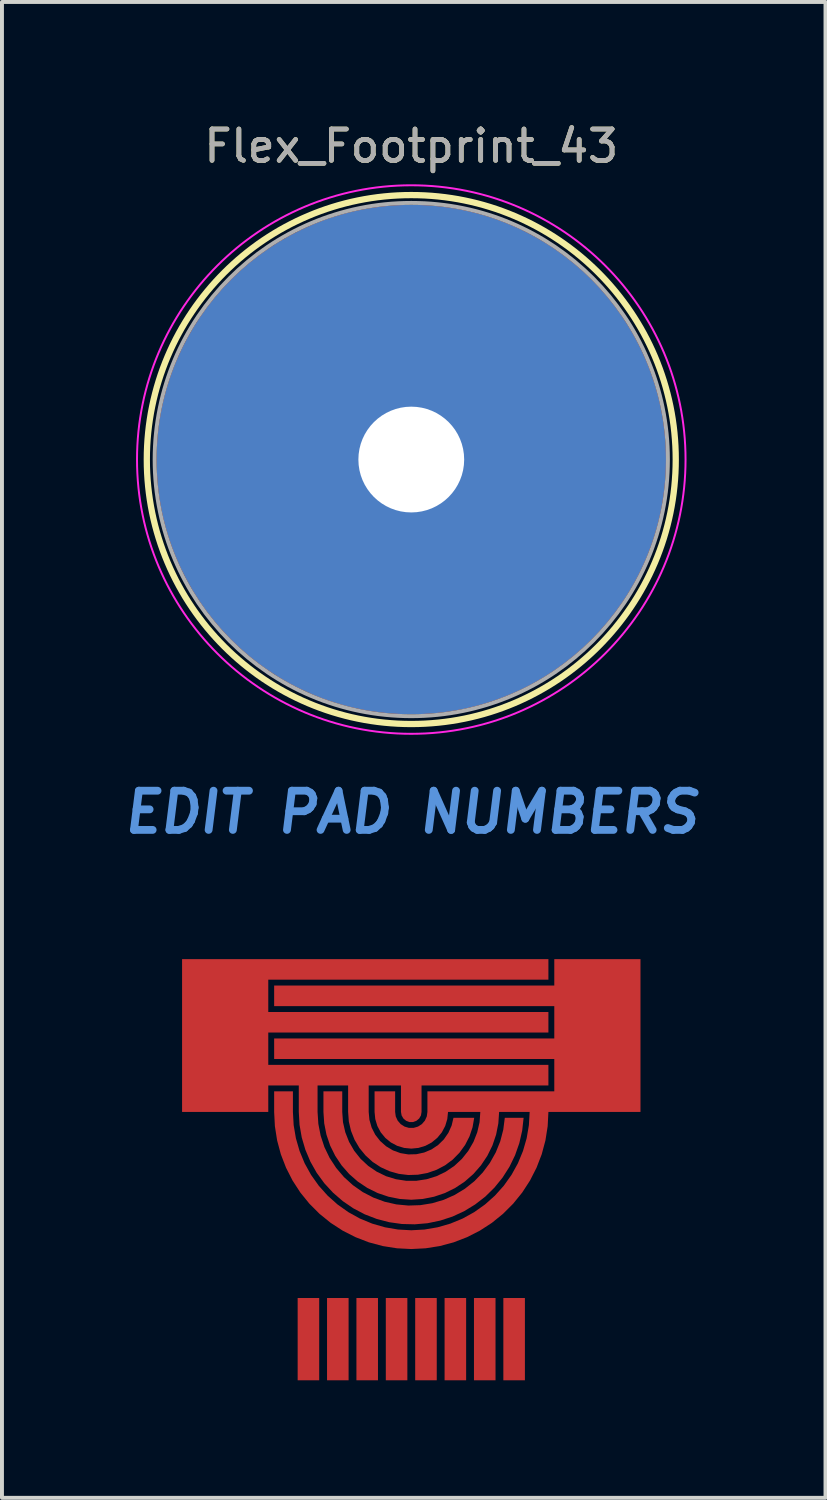
<source format=kicad_pcb>
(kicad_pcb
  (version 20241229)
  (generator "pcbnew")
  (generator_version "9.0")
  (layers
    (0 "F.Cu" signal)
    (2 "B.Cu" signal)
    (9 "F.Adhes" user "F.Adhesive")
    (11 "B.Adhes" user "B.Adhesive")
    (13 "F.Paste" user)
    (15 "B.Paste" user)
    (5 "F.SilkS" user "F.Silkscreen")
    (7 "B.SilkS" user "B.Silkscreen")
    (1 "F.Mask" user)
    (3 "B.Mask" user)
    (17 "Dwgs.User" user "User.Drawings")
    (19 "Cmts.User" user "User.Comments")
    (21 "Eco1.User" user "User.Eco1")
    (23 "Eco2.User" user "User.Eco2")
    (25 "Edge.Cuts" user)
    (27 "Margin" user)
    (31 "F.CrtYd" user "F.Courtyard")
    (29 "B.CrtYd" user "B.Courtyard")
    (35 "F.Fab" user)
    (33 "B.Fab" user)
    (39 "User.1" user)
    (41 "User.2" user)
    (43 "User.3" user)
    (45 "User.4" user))
  (footprint "Flex_Footprint_43"
    (layer "F.Cu")
    (at 7.447 8.679)
    (property "Reference" "Flex_Footprint_43" (at 0 -8 0) (layer "F.SilkS") (effects (font (size 0.8 0.8) (thickness 0.12))))
    (attr through_hole)
    (fp_circle (center 0 0) (end -6.75 0) (stroke (width 0.16) (type solid)) (fill no) (layer "F.SilkS"))
    (fp_circle (center 0 0) (end -7 0) (stroke (width 0.05) (type solid)) (fill no) (layer "F.CrtYd"))
    (fp_circle (center 0 0) (end -6.55 0) (stroke (width 0.1) (type solid)) (fill no) (layer "F.Fab"))
    (fp_text user "EDIT PAD NUMBERS" (at 0 9 0) (layer "Cmts.User") (effects (font (size 1 1) (thickness 0.2) (italic yes))))
    (fp_text user "${REFERENCE}" (at 0 -8 0) (layer "F.Fab") (effects (font (size 0.8 0.8) (thickness 0.12))))
    (pad "#" smd custom (at -4.85 13.75) (size 0.2 0.2) (layers "F.Cu" "F.Mask") (options (anchor circle)) (primitives (gr_poly (pts (xy 8.35 -0.475) (xy 1.2 -0.475) (xy 1.2 0.35) (xy 8.35 0.35) (xy 8.35 0.875) (xy 1.2 0.875) (xy 1.2 1.7) (xy 8.35 1.7) (xy 8.35 2.225) (xy 5.112 2.225) (xy 5.112 2.9) (xy 5.097 2.99) (xy 5.051 3.069) (xy 4.981 3.127) (xy 4.896 3.159) (xy 4.804 3.159) (xy 4.719 3.127) (xy 4.649 3.069) (xy 4.603 2.99) (xy 4.587 2.9) (xy 4.587 2.225) (xy 3.763 2.225) (xy 3.763 2.9) (xy 3.782 3.103) (xy 3.838 3.299) (xy 3.93 3.481) (xy 4.055 3.642) (xy 4.207 3.777) (xy 4.382 3.882) (xy 4.574 3.952) (xy 4.775 3.985) (xy 4.979 3.98) (xy 5.178 3.937) (xy 5.366 3.858) (xy 5.535 3.745) (xy 5.681 3.602) (xy 5.797 3.434) (xy 5.88 3.248) (xy 5.927 3.05) (xy 6.456 3.05) (xy 6.414 3.292) (xy 6.336 3.525) (xy 6.224 3.743) (xy 6.08 3.942) (xy 5.908 4.117) (xy 5.711 4.264) (xy 5.494 4.378) (xy 5.262 4.459) (xy 5.02 4.503) (xy 4.775 4.511) (xy 4.531 4.481) (xy 4.295 4.414) (xy 4.071 4.312) (xy 3.866 4.178) (xy 3.684 4.013) (xy 3.528 3.823) (xy 3.403 3.612) (xy 3.312 3.384) (xy 3.256 3.145) (xy 3.238 2.9) (xy 3.238 2.225) (xy 2.458 2.225) (xy 2.458 2.9) (xy 2.478 3.206) (xy 2.537 3.507) (xy 2.633 3.798) (xy 2.766 4.074) (xy 2.934 4.331) (xy 3.133 4.564) (xy 3.36 4.77) (xy 3.611 4.946) (xy 3.883 5.087) (xy 4.171 5.193) (xy 4.47 5.261) (xy 4.775 5.29) (xy 5.081 5.28) (xy 5.384 5.231) (xy 5.678 5.144) (xy 5.958 5.019) (xy 6.22 4.86) (xy 6.46 4.669) (xy 6.673 4.448) (xy 6.856 4.202) (xy 7.006 3.935) (xy 7.121 3.651) (xy 7.198 3.354) (xy 7.237 3.05) (xy 7.717 3.05) (xy 7.681 3.376) (xy 7.608 3.696) (xy 7.499 4.006) (xy 7.356 4.301) (xy 7.179 4.578) (xy 6.972 4.833) (xy 6.738 5.063) (xy 6.478 5.264) (xy 6.198 5.435) (xy 5.9 5.572) (xy 5.588 5.674) (xy 5.266 5.741) (xy 4.939 5.769) (xy 4.611 5.761) (xy 4.286 5.715) (xy 3.968 5.632) (xy 3.662 5.514) (xy 3.371 5.361) (xy 3.1 5.176) (xy 2.852 4.961) (xy 2.63 4.72) (xy 2.436 4.454) (xy 2.275 4.169) (xy 2.147 3.866) (xy 2.054 3.551) (xy 1.998 3.228) (xy 1.979 2.9) (xy 1.979 2.225) (xy 1.2 2.225) (xy 1.2 2.9) (xy -1 2.9) (xy -1 -1) (xy 8.35 -1)) (width 0) (fill yes))))
    (pad "#" smd custom (at -2.625 22.45) (size 0.2 0.2) (layers "F.Cu" "F.Mask") (options (anchor circle)) (primitives (gr_poly (pts (xy -0.275 -1.05) (xy -0.275 1.05) (xy 0.275 1.05) (xy 0.275 -1.05)) (width 0) (fill yes))))
    (pad "#" smd custom (at -1.875 22.45) (size 0.2 0.2) (layers "F.Cu" "F.Mask") (options (anchor circle)) (primitives (gr_poly (pts (xy 0.275 -1.05) (xy 0.275 1.05) (xy -0.275 1.05) (xy -0.275 -1.05)) (width 0) (fill yes))))
    (pad "#" smd custom (at -1.125 22.45) (size 0.2 0.2) (layers "F.Cu" "F.Mask") (options (anchor circle)) (primitives (gr_poly (pts (xy 0.275 -1.05) (xy 0.275 1.05) (xy -0.275 1.05) (xy -0.275 -1.05)) (width 0) (fill yes))))
    (pad "#" smd custom (at -0.375 22.45) (size 0.2 0.2) (layers "F.Cu" "F.Mask") (options (anchor circle)) (primitives (gr_poly (pts (xy 0.275 1.05) (xy -0.275 1.05) (xy -0.275 -1.05) (xy 0.275 -1.05)) (width 0) (fill yes))))
    (pad "#" thru_hole circle (at 0 0) (size 13 13) (drill 2.7) (layers "*.Cu" "*.Mask"))
    (pad "#" smd custom (at 0.375 22.45) (size 0.2 0.2) (layers "F.Cu" "F.Mask") (options (anchor circle)) (primitives (gr_poly (pts (xy 0.275 -1.05) (xy 0.275 1.05) (xy -0.275 1.05) (xy -0.275 -1.05)) (width 0) (fill yes))))
    (pad "#" smd custom (at 1.125 22.45) (size 0.2 0.2) (layers "F.Cu" "F.Mask") (options (anchor circle)) (primitives (gr_poly (pts (xy 0.275 -1.05) (xy 0.275 1.05) (xy -0.275 1.05) (xy -0.275 -1.05)) (width 0) (fill yes))))
    (pad "#" smd custom (at 1.875 22.45) (size 0.2 0.2) (layers "F.Cu" "F.Mask") (options (anchor circle)) (primitives (gr_poly (pts (xy 0.275 -1.05) (xy 0.275 1.05) (xy -0.275 1.05) (xy -0.275 -1.05)) (width 0) (fill yes))))
    (pad "#" smd custom (at 2.625 22.45) (size 0.2 0.2) (layers "F.Cu" "F.Mask") (options (anchor circle)) (primitives (gr_poly (pts (xy 0.275 -1.05) (xy 0.275 1.05) (xy -0.275 1.05) (xy -0.275 -1.05)) (width 0) (fill yes))))
    (pad "#" smd custom (at 4.85 13.75) (size 0.2 0.2) (layers "F.Cu" "F.Mask") (options (anchor circle)) (primitives (gr_poly (pts (xy -8.331 3.266) (xy -8.274 3.628) (xy -8.179 3.982) (xy -8.047 4.324) (xy -7.881 4.65) (xy -7.682 4.957) (xy -7.451 5.242) (xy -7.192 5.501) (xy -6.907 5.732) (xy -6.6 5.931) (xy -6.274 6.097) (xy -5.932 6.229) (xy -5.578 6.324) (xy -5.216 6.381) (xy -4.85 6.4) (xy -4.484 6.381) (xy -4.122 6.324) (xy -3.768 6.229) (xy -3.426 6.097) (xy -3.1 5.931) (xy -2.793 5.732) (xy -2.508 5.501) (xy -2.249 5.242) (xy -2.018 4.957) (xy -1.819 4.65) (xy -1.653 4.324) (xy -1.521 3.982) (xy -1.426 3.628) (xy -1.369 3.266) (xy -1.35 2.9) (xy 1 2.9) (xy 1 -1) (xy -1.2 -1) (xy -1.2 -0.325) (xy -8.35 -0.325) (xy -8.35 0.2) (xy -1.2 0.2) (xy -1.2 1.025) (xy -8.35 1.025) (xy -8.35 1.55) (xy -1.2 1.55) (xy -1.2 2.375) (xy -4.438 2.375) (xy -4.438 2.9) (xy -4.454 3.016) (xy -4.503 3.123) (xy -4.58 3.212) (xy -4.679 3.275) (xy -4.791 3.308) (xy -4.909 3.308) (xy -5.021 3.275) (xy -5.12 3.212) (xy -5.197 3.123) (xy -5.246 3.016) (xy -5.262 2.9) (xy -5.262 2.375) (xy -5.787 2.375) (xy -5.787 2.9) (xy -5.769 3.083) (xy -5.716 3.259) (xy -5.63 3.421) (xy -5.513 3.563) (xy -5.371 3.68) (xy -5.209 3.766) (xy -5.033 3.819) (xy -4.85 3.837) (xy -4.667 3.819) (xy -4.491 3.766) (xy -4.329 3.68) (xy -4.187 3.563) (xy -4.07 3.421) (xy -3.984 3.259) (xy -3.931 3.083) (xy -3.912 2.9) (xy -3.088 2.9) (xy -3.107 3.163) (xy -3.166 3.42) (xy -3.262 3.665) (xy -3.394 3.893) (xy -3.558 4.099) (xy -3.751 4.278) (xy -3.969 4.426) (xy -4.206 4.541) (xy -4.458 4.618) (xy -4.718 4.658) (xy -4.982 4.658) (xy -5.242 4.618) (xy -5.494 4.541) (xy -5.731 4.426) (xy -5.949 4.278) (xy -6.142 4.099) (xy -6.306 3.893) (xy -6.438 3.665) (xy -6.534 3.42) (xy -6.593 3.163) (xy -6.612 2.9) (xy -6.612 2.375) (xy -7.092 2.375) (xy -7.092 2.9) (xy -7.072 3.193) (xy -7.015 3.48) (xy -6.921 3.758) (xy -6.791 4.021) (xy -6.628 4.265) (xy -6.435 4.485) (xy -6.215 4.678) (xy -5.971 4.841) (xy -5.708 4.971) (xy -5.43 5.065) (xy -5.143 5.122) (xy -4.85 5.142) (xy -4.557 5.122) (xy -4.27 5.065) (xy -3.992 4.971) (xy -3.729 4.841) (xy -3.485 4.678) (xy -3.265 4.485) (xy -3.072 4.265) (xy -2.909 4.021) (xy -2.779 3.758) (xy -2.685 3.48) (xy -2.628 3.193) (xy -2.608 2.9) (xy -1.829 2.9) (xy -1.848 3.238) (xy -1.905 3.572) (xy -1.999 3.898) (xy -2.128 4.211) (xy -2.292 4.507) (xy -2.488 4.783) (xy -2.714 5.036) (xy -2.967 5.262) (xy -3.243 5.458) (xy -3.539 5.622) (xy -3.852 5.751) (xy -4.178 5.845) (xy -4.512 5.902) (xy -4.85 5.921) (xy -5.188 5.902) (xy -5.522 5.845) (xy -5.848 5.751) (xy -6.161 5.622) (xy -6.457 5.458) (xy -6.733 5.262) (xy -6.986 5.036) (xy -7.212 4.783) (xy -7.408 4.507) (xy -7.572 4.211) (xy -7.701 3.898) (xy -7.795 3.572) (xy -7.852 3.238) (xy -7.871 2.9) (xy -7.871 2.375) (xy -8.35 2.375) (xy -8.35 2.9)) (width 0) (fill yes)))))
  (gr_rect
    (start -3 -3)
    (end 18.019 35.179)
    (stroke (width 0.1) (type default))
    (fill no)
    (layer "Edge.Cuts")))
</source>
